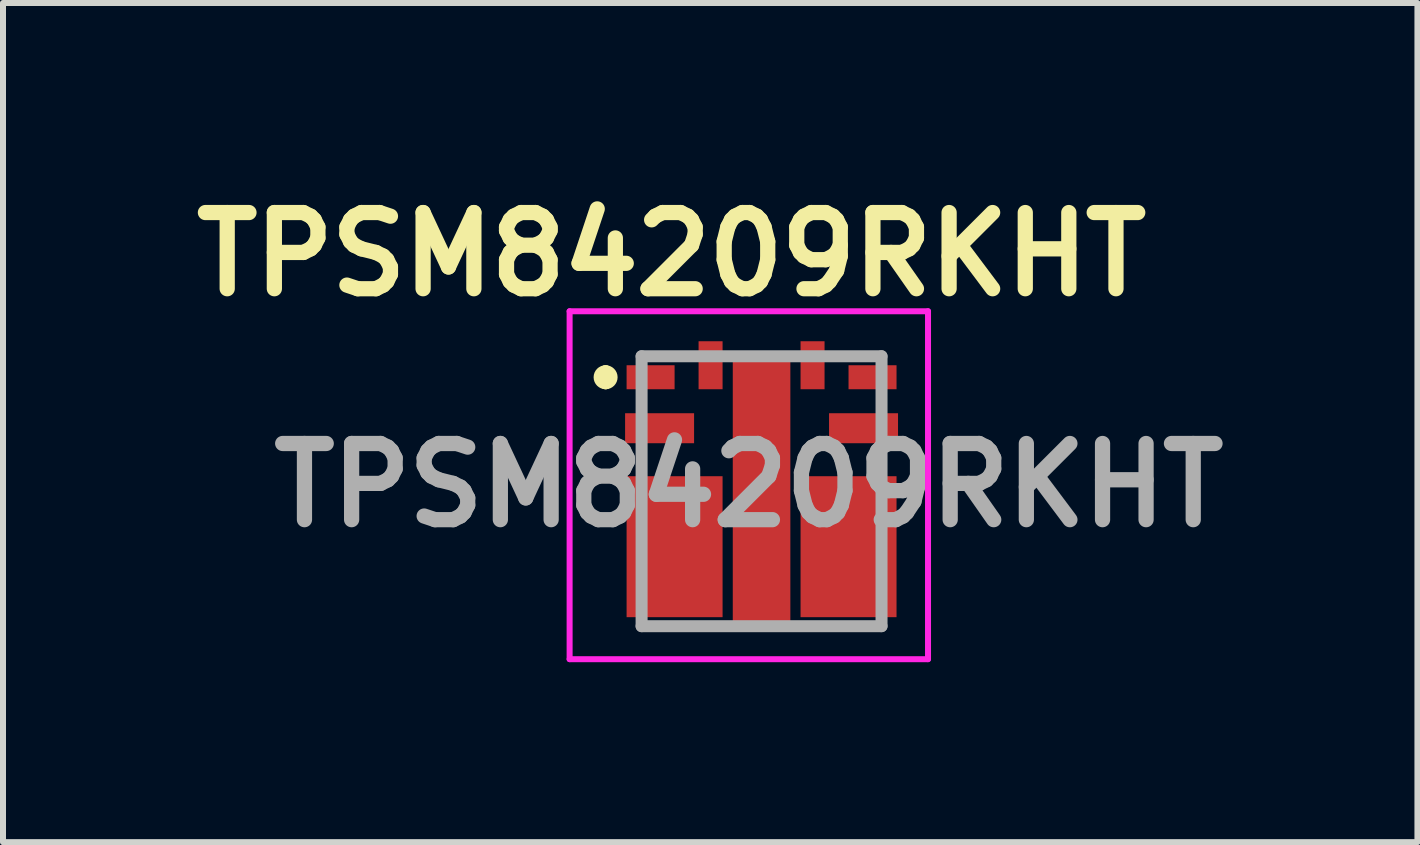
<source format=kicad_pcb>
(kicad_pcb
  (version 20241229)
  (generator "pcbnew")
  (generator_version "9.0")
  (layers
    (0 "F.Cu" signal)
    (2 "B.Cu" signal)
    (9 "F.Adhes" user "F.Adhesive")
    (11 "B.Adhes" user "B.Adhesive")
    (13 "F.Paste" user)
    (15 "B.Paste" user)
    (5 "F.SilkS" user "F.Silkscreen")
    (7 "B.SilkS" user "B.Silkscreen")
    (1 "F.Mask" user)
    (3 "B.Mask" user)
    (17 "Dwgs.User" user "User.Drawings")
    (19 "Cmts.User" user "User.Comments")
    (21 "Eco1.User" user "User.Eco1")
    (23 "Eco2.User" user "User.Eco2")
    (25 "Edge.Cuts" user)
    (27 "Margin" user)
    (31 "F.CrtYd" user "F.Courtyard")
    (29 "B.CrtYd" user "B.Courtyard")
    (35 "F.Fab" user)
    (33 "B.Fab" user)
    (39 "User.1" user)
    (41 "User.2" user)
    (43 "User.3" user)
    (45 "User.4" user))
  (footprint "TPSM84209RKHT"
    (layer "F.Cu")
    (at 9.646 5.139)
    (property "Reference" "TPSM84209RKHT" (at -1.5 -3.95 0) (layer "F.SilkS") (effects (font (size 1.27 1.27) (thickness 0.254))))
    (attr smd)
    (fp_line (start -2.6 -2) (end -2.6 -2) (stroke (width 0.2) (type solid)) (layer "F.SilkS"))
    (fp_line (start -2.6 -1.8) (end -2.6 -1.8) (stroke (width 0.2) (type solid)) (layer "F.SilkS"))
    (fp_line (start -2 -0.6) (end -2 -0.4) (stroke (width 0.1) (type solid)) (layer "F.SilkS"))
    (fp_line (start -2 2.25) (end -0.8 2.25) (stroke (width 0.1) (type solid)) (layer "F.SilkS"))
    (fp_line (start -1.4 -2.25) (end -2 -2.25) (stroke (width 0.1) (type solid)) (layer "F.SilkS"))
    (fp_line (start 0.8 2.25) (end 2 2.25) (stroke (width 0.1) (type solid)) (layer "F.SilkS"))
    (fp_line (start 1.4 -2.25) (end 2 -2.25) (stroke (width 0.1) (type solid)) (layer "F.SilkS"))
    (fp_line (start 2 -0.6) (end 2 -0.4) (stroke (width 0.1) (type solid)) (layer "F.SilkS"))
    (fp_arc (start -2.6 -2) (mid -2.5 -1.9) (end -2.6 -1.8) (stroke (width 0.2) (type solid)) (layer "F.SilkS"))
    (fp_arc (start -2.6 -1.8) (mid -2.7 -1.9) (end -2.6 -2) (stroke (width 0.2) (type solid)) (layer "F.SilkS"))
    (fp_line (start -3.2 -3) (end 2.775 -3) (stroke (width 0.1) (type solid)) (layer "F.CrtYd"))
    (fp_line (start -3.2 2.8) (end -3.2 -3) (stroke (width 0.1) (type solid)) (layer "F.CrtYd"))
    (fp_line (start 2.775 -3) (end 2.775 2.8) (stroke (width 0.1) (type solid)) (layer "F.CrtYd"))
    (fp_line (start 2.775 2.8) (end -3.2 2.8) (stroke (width 0.1) (type solid)) (layer "F.CrtYd"))
    (fp_line (start -2 -2.25) (end 2 -2.25) (stroke (width 0.2) (type solid)) (layer "F.Fab"))
    (fp_line (start -2 2.25) (end -2 -2.25) (stroke (width 0.2) (type solid)) (layer "F.Fab"))
    (fp_line (start 2 -2.25) (end 2 2.25) (stroke (width 0.2) (type solid)) (layer "F.Fab"))
    (fp_line (start 2 2.25) (end -2 2.25) (stroke (width 0.2) (type solid)) (layer "F.Fab"))
    (fp_text user "${REFERENCE}" (at -0.212 -0.1 0) (layer "F.Fab") (effects (font (size 1.27 1.27) (thickness 0.254))))
    (pad "1" smd rect (at -1.85 -1.9 90) (size 0.4 0.8) (layers "F.Cu" "F.Mask" "F.Paste"))
    (pad "2" smd rect (at -1.7 -1.05 90) (size 0.5 1.15) (layers "F.Cu" "F.Mask" "F.Paste"))
    (pad "3" smd rect (at -1.45 0.925) (size 1.6 2.35) (layers "F.Cu" "F.Mask" "F.Paste"))
    (pad "4" smd rect (at 1.45 0.925) (size 1.6 2.35) (layers "F.Cu" "F.Mask" "F.Paste"))
    (pad "5" smd rect (at 1.7 -1.05 90) (size 0.5 1.15) (layers "F.Cu" "F.Mask" "F.Paste"))
    (pad "6" smd rect (at 1.85 -1.9 90) (size 0.4 0.8) (layers "F.Cu" "F.Mask" "F.Paste"))
    (pad "7" smd rect (at 0.85 -2.1) (size 0.4 0.8) (layers "F.Cu" "F.Mask" "F.Paste"))
    (pad "8" smd rect (at 0 0) (size 0.96 4.6) (layers "F.Cu" "F.Mask" "F.Paste"))
    (pad "9" smd rect (at -0.85 -2.1) (size 0.4 0.8) (layers "F.Cu" "F.Mask" "F.Paste")))
  (gr_rect
    (start -3 -3)
    (end 20.58 10.989)
    (stroke (width 0.1) (type default))
    (fill no)
    (layer "Edge.Cuts")))
</source>
